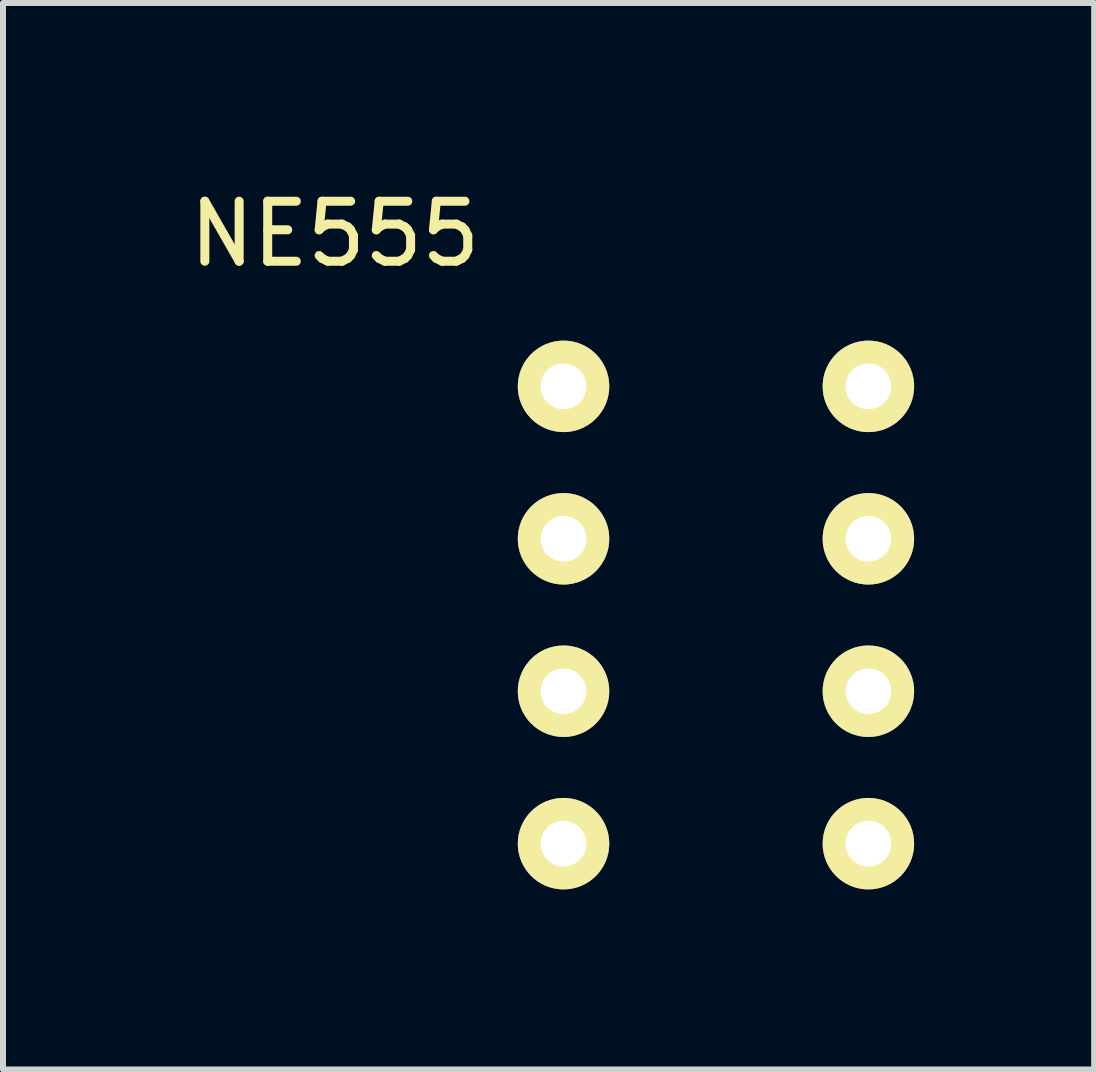
<source format=kicad_pcb>
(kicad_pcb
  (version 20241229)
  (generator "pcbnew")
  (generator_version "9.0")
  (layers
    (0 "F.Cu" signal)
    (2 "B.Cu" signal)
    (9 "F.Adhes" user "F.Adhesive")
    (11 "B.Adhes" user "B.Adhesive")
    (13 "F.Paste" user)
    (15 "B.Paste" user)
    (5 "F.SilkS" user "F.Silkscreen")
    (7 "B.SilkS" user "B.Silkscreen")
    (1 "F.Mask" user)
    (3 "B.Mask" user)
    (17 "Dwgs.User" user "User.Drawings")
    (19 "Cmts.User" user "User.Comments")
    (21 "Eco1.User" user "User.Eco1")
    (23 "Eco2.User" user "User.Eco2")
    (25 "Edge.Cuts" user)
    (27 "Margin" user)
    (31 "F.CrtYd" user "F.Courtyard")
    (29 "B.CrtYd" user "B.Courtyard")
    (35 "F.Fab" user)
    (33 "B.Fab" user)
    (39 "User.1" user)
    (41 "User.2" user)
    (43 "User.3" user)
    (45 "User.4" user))
  (footprint "NE555"
    (layer "F.Cu")
    (at 8.88 5.928)
    (property "Reference" "NE555" (at -6.35 -5.08 0) (layer "F.SilkS") (effects (font (size 1 1) (thickness 0.15))))
    (attr through_hole)
    (pad "1" thru_hole circle (at 2.54 -2.54) (size 1.524 1.524) (drill 0.762) (layers "*.Cu" "*.Mask" "F.SilkS"))
    (pad "2" thru_hole circle (at 2.54 0) (size 1.524 1.524) (drill 0.762) (layers "*.Cu" "*.Mask" "F.SilkS"))
    (pad "3" thru_hole circle (at 2.54 2.54) (size 1.524 1.524) (drill 0.762) (layers "*.Cu" "*.Mask" "F.SilkS"))
    (pad "4" thru_hole circle (at 2.54 5.08) (size 1.524 1.524) (drill 0.762) (layers "*.Cu" "*.Mask" "F.SilkS"))
    (pad "5" thru_hole circle (at -2.54 5.08) (size 1.524 1.524) (drill 0.762) (layers "*.Cu" "*.Mask" "F.SilkS"))
    (pad "6" thru_hole circle (at -2.54 2.54) (size 1.524 1.524) (drill 0.762) (layers "*.Cu" "*.Mask" "F.SilkS"))
    (pad "7" thru_hole circle (at -2.54 0) (size 1.524 1.524) (drill 0.762) (layers "*.Cu" "*.Mask" "F.SilkS"))
    (pad "8" thru_hole circle (at -2.54 -2.54) (size 1.524 1.524) (drill 0.762) (layers "*.Cu" "*.Mask" "F.SilkS")))
  (gr_rect
    (start -3 -3)
    (end 15.182 14.77)
    (stroke (width 0.1) (type default))
    (fill no)
    (layer "Edge.Cuts")))
</source>
